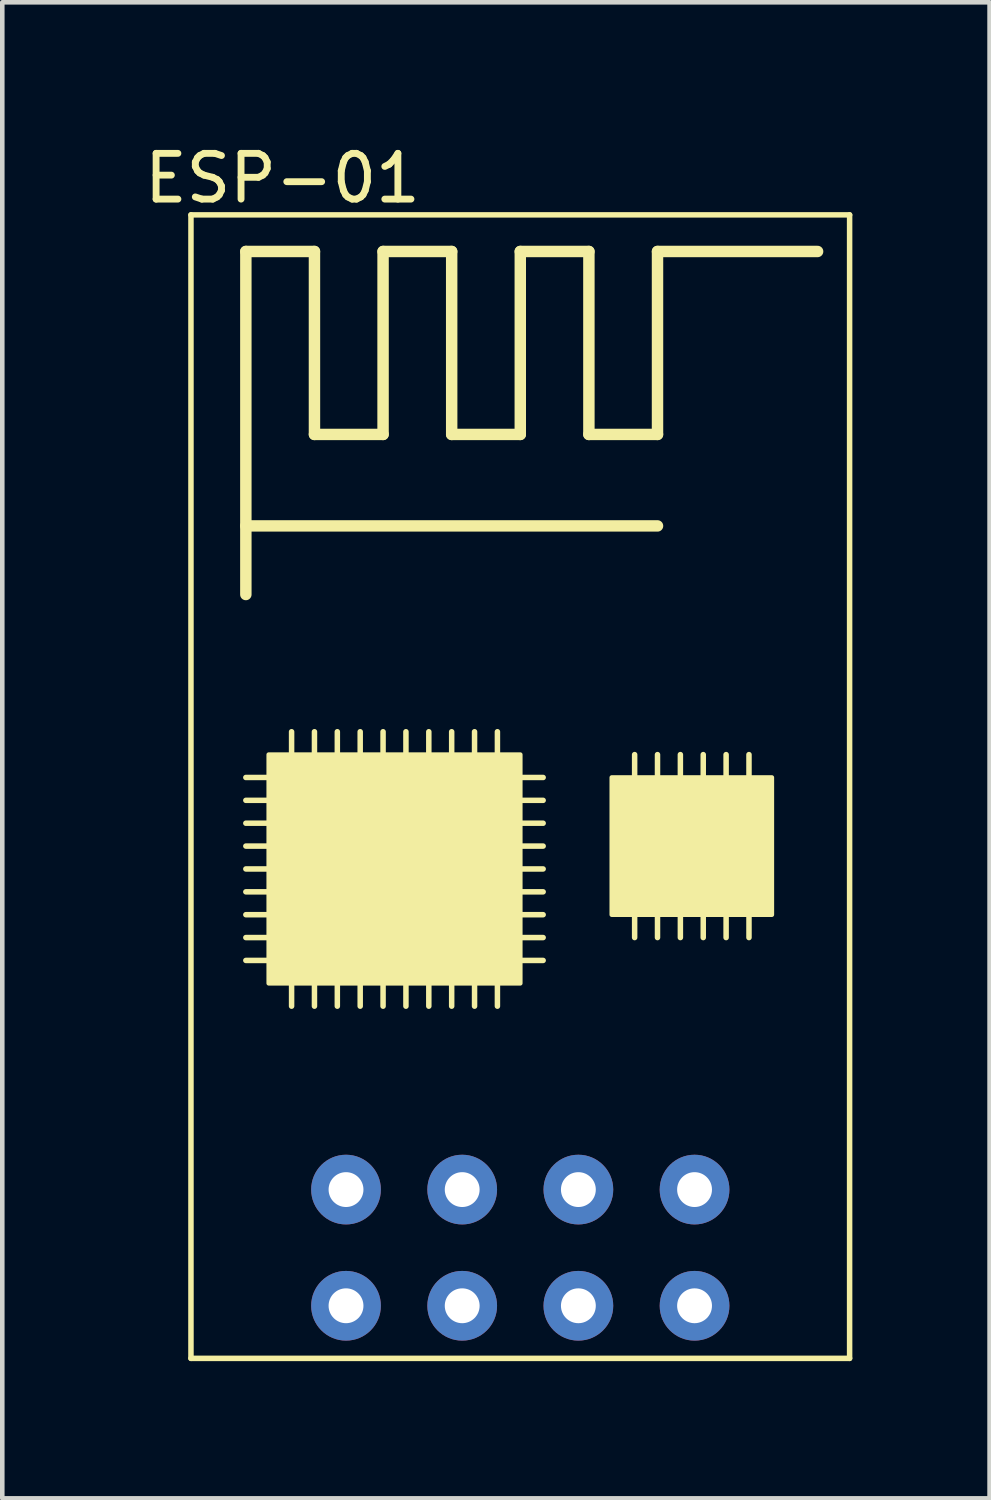
<source format=kicad_pcb>
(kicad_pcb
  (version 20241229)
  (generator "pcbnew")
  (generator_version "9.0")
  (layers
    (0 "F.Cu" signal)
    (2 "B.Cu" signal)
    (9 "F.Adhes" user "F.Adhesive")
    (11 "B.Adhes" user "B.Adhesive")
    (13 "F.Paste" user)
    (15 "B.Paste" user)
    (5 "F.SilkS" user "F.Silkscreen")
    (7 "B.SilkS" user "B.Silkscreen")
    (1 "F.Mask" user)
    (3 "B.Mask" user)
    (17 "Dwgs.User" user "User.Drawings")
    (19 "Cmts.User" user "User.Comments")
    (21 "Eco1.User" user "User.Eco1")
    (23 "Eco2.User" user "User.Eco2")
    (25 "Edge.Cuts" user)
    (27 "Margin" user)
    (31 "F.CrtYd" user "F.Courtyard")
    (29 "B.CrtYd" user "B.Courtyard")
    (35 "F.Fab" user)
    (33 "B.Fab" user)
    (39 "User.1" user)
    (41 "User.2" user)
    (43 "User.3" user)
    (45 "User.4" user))
  (footprint "ESP-01"
    (layer "F.Cu")
    (at 8.325 6.448)
    (property "Reference" "ESP-01" (at -5.2 -5.6 0) (layer "F.SilkS") (effects (font (size 1 1) (thickness 0.15))))
    (attr through_hole)
    (fp_line (start -7.2 -4.8) (end -7.2 20.2) (stroke (width 0.12) (type solid)) (layer "F.SilkS"))
    (fp_line (start -7.2 20.2) (end 7.2 20.2) (stroke (width 0.12) (type solid)) (layer "F.SilkS"))
    (fp_line (start -6 -4) (end -6 3.5) (stroke (width 0.25) (type solid)) (layer "F.SilkS"))
    (fp_line (start -6 2) (end 3 2) (stroke (width 0.25) (type solid)) (layer "F.SilkS"))
    (fp_line (start -6 7.5) (end 0.5 7.5) (stroke (width 0.12) (type solid)) (layer "F.SilkS"))
    (fp_line (start -6 8.5) (end 0.5 8.5) (stroke (width 0.12) (type solid)) (layer "F.SilkS"))
    (fp_line (start -6 9.5) (end 0.5 9.5) (stroke (width 0.12) (type solid)) (layer "F.SilkS"))
    (fp_line (start -6 10.5) (end 0.5 10.5) (stroke (width 0.12) (type solid)) (layer "F.SilkS"))
    (fp_line (start -6 11.5) (end 0.5 11.5) (stroke (width 0.12) (type solid)) (layer "F.SilkS"))
    (fp_line (start -5 6.5) (end -5 12.5) (stroke (width 0.12) (type solid)) (layer "F.SilkS"))
    (fp_line (start -4.5 -4) (end -6 -4) (stroke (width 0.25) (type solid)) (layer "F.SilkS"))
    (fp_line (start -4.5 0) (end -4.5 -4) (stroke (width 0.25) (type solid)) (layer "F.SilkS"))
    (fp_line (start -4.5 12.5) (end -4.5 6.5) (stroke (width 0.12) (type solid)) (layer "F.SilkS"))
    (fp_line (start -4 6.5) (end -4 12.5) (stroke (width 0.12) (type solid)) (layer "F.SilkS"))
    (fp_line (start -3.5 12.5) (end -3.5 6.5) (stroke (width 0.12) (type solid)) (layer "F.SilkS"))
    (fp_line (start -3 -4) (end -3 0) (stroke (width 0.25) (type solid)) (layer "F.SilkS"))
    (fp_line (start -3 0) (end -4.5 0) (stroke (width 0.25) (type solid)) (layer "F.SilkS"))
    (fp_line (start -3 6.5) (end -3 12.5) (stroke (width 0.12) (type solid)) (layer "F.SilkS"))
    (fp_line (start -2.5 12.5) (end -2.5 6.5) (stroke (width 0.12) (type solid)) (layer "F.SilkS"))
    (fp_line (start -2 6.5) (end -2 12.5) (stroke (width 0.12) (type solid)) (layer "F.SilkS"))
    (fp_line (start -1.5 -4) (end -3 -4) (stroke (width 0.25) (type solid)) (layer "F.SilkS"))
    (fp_line (start -1.5 0) (end -1.5 -4) (stroke (width 0.25) (type solid)) (layer "F.SilkS"))
    (fp_line (start -1.5 12.5) (end -1.5 6.5) (stroke (width 0.12) (type solid)) (layer "F.SilkS"))
    (fp_line (start -1 6.5) (end -1 12.5) (stroke (width 0.12) (type solid)) (layer "F.SilkS"))
    (fp_line (start -0.5 12.5) (end -0.5 6.5) (stroke (width 0.12) (type solid)) (layer "F.SilkS"))
    (fp_line (start 0 -4) (end 0 0) (stroke (width 0.25) (type solid)) (layer "F.SilkS"))
    (fp_line (start 0 0) (end -1.5 0) (stroke (width 0.25) (type solid)) (layer "F.SilkS"))
    (fp_line (start 0.5 8) (end -6 8) (stroke (width 0.12) (type solid)) (layer "F.SilkS"))
    (fp_line (start 0.5 9) (end -6 9) (stroke (width 0.12) (type solid)) (layer "F.SilkS"))
    (fp_line (start 0.5 10) (end -6 10) (stroke (width 0.12) (type solid)) (layer "F.SilkS"))
    (fp_line (start 0.5 11) (end -6 11) (stroke (width 0.12) (type solid)) (layer "F.SilkS"))
    (fp_line (start 1.5 -4) (end 0 -4) (stroke (width 0.25) (type solid)) (layer "F.SilkS"))
    (fp_line (start 1.5 0) (end 1.5 -4) (stroke (width 0.25) (type solid)) (layer "F.SilkS"))
    (fp_line (start 2.5 7) (end 2.5 11) (stroke (width 0.12) (type solid)) (layer "F.SilkS"))
    (fp_line (start 3 -4) (end 3 0) (stroke (width 0.25) (type solid)) (layer "F.SilkS"))
    (fp_line (start 3 0) (end 1.5 0) (stroke (width 0.25) (type solid)) (layer "F.SilkS"))
    (fp_line (start 3 7) (end 3 11) (stroke (width 0.12) (type solid)) (layer "F.SilkS"))
    (fp_line (start 3.5 7) (end 3.5 11) (stroke (width 0.12) (type solid)) (layer "F.SilkS"))
    (fp_line (start 4 11) (end 4 7) (stroke (width 0.12) (type solid)) (layer "F.SilkS"))
    (fp_line (start 4.5 7) (end 4.5 11) (stroke (width 0.12) (type solid)) (layer "F.SilkS"))
    (fp_line (start 5 7) (end 5 11) (stroke (width 0.12) (type solid)) (layer "F.SilkS"))
    (fp_line (start 6.5 -4) (end 3 -4) (stroke (width 0.25) (type solid)) (layer "F.SilkS"))
    (fp_line (start 7.2 -4.8) (end -7.2 -4.8) (stroke (width 0.12) (type solid)) (layer "F.SilkS"))
    (fp_line (start 7.2 20.2) (end 7.2 -4.8) (stroke (width 0.12) (type solid)) (layer "F.SilkS"))
    (fp_poly (pts (xy 0 12) (xy -5.5 12) (xy -5.5 7) (xy 0 7)) (stroke (width 0.1) (type solid)) (fill yes) (layer "F.SilkS"))
    (fp_poly (pts (xy 5.5 10.5) (xy 2 10.5) (xy 2 7.5) (xy 5.5 7.5)) (stroke (width 0.1) (type solid)) (fill yes) (layer "F.SilkS"))
    (pad "1" thru_hole circle (at -3.81 16.51) (size 1.524 1.524) (drill 0.762) (layers "*.Cu" "*.Mask"))
    (pad "2" thru_hole circle (at -3.81 19.05) (size 1.524 1.524) (drill 0.762) (layers "*.Cu" "*.Mask"))
    (pad "3" thru_hole circle (at -1.27 16.51) (size 1.524 1.524) (drill 0.762) (layers "*.Cu" "*.Mask"))
    (pad "4" thru_hole circle (at -1.27 19.05) (size 1.524 1.524) (drill 0.762) (layers "*.Cu" "*.Mask"))
    (pad "5" thru_hole circle (at 1.27 16.51) (size 1.524 1.524) (drill 0.762) (layers "*.Cu" "*.Mask"))
    (pad "6" thru_hole circle (at 1.27 19.05) (size 1.524 1.524) (drill 0.762) (layers "*.Cu" "*.Mask"))
    (pad "7" thru_hole circle (at 3.81 16.51) (size 1.524 1.524) (drill 0.762) (layers "*.Cu" "*.Mask"))
    (pad "8" thru_hole circle (at 3.81 19.05) (size 1.524 1.524) (drill 0.762) (layers "*.Cu" "*.Mask")))
  (gr_rect
    (start -3 -3)
    (end 18.585 29.708)
    (stroke (width 0.1) (type default))
    (fill no)
    (layer "Edge.Cuts")))
</source>
